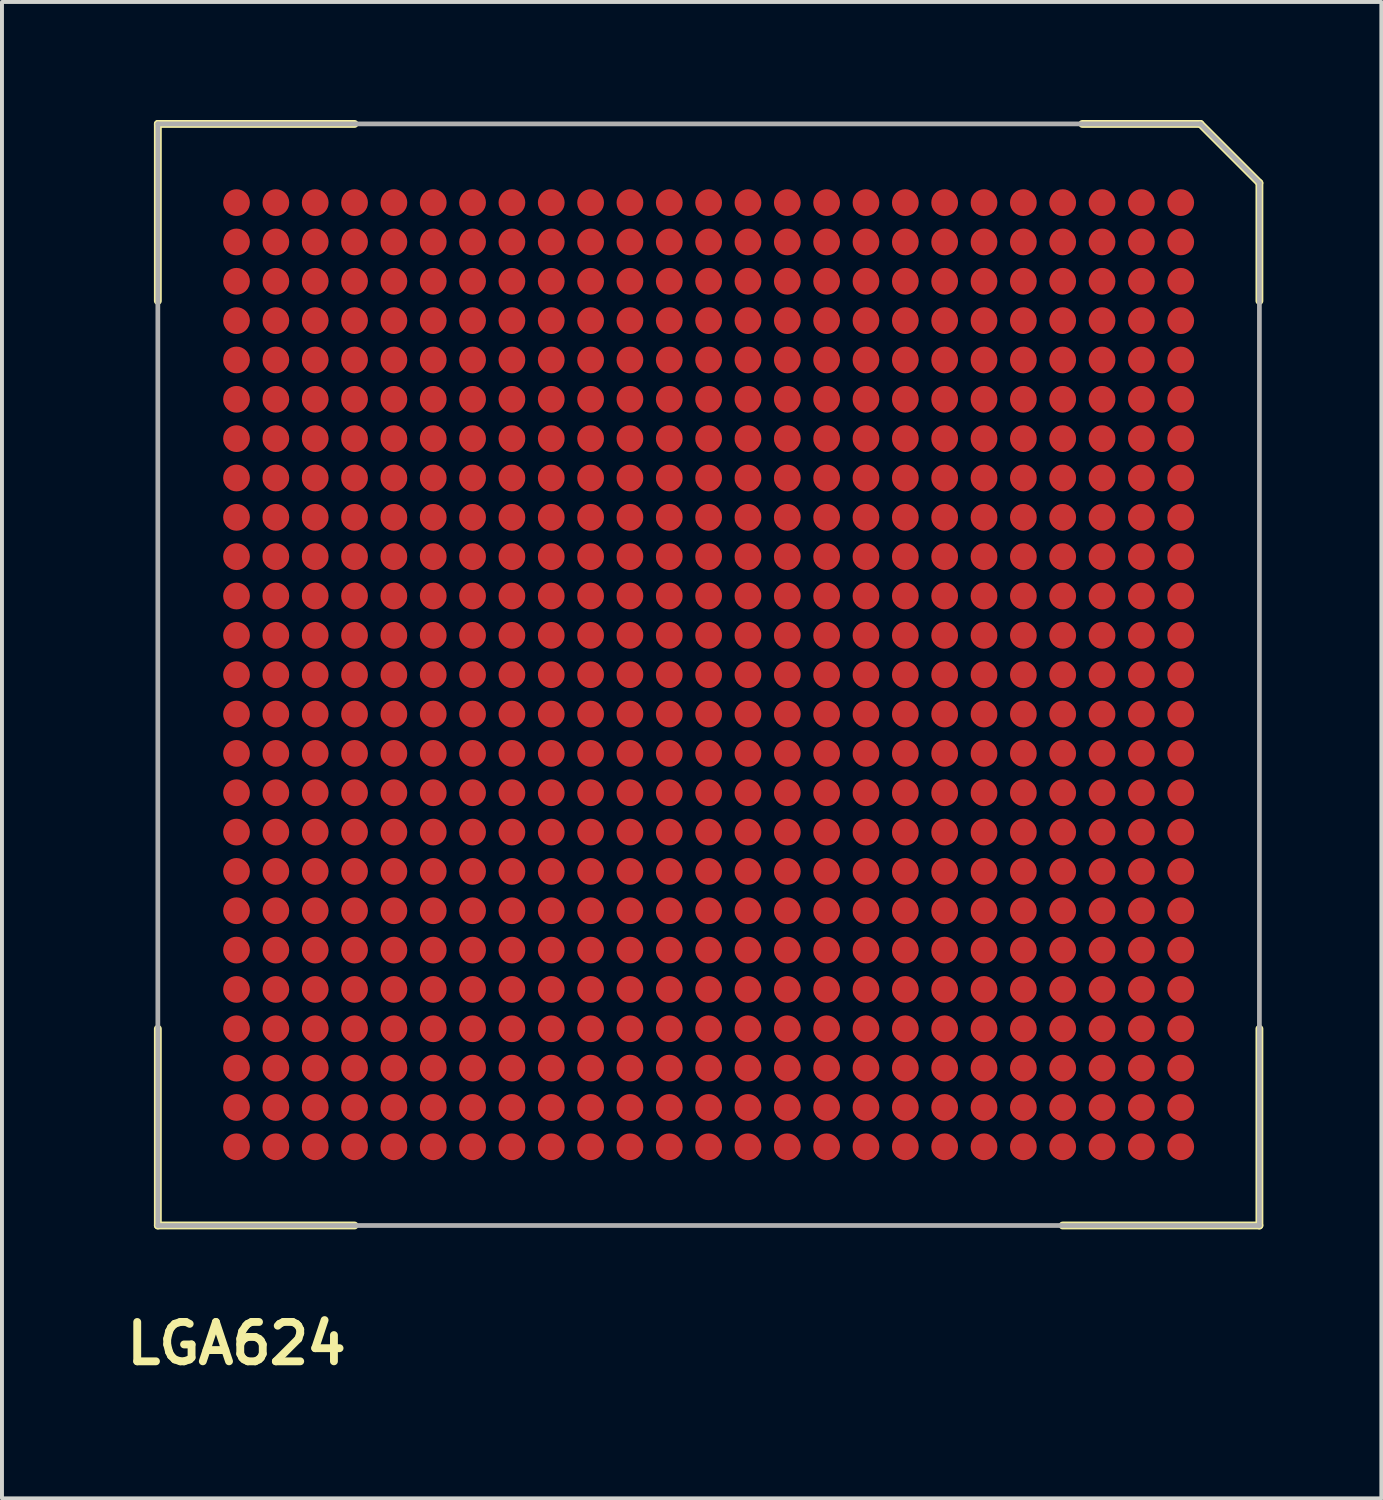
<source format=kicad_pcb>
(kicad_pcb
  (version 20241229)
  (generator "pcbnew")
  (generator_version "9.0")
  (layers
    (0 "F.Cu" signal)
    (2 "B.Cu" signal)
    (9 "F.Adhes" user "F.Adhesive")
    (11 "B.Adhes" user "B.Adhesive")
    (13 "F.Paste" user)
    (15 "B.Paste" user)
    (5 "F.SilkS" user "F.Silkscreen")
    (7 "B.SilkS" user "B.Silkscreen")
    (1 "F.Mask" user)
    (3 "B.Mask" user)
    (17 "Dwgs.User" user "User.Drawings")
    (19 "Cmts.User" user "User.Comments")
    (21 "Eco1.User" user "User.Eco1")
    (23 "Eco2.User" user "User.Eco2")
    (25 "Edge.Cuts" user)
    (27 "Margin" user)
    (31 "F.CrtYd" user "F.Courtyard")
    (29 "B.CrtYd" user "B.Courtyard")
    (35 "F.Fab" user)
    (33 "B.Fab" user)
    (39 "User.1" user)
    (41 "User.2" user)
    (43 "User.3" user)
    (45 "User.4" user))
  (footprint "LGA624"
    (layer "F.Cu")
    (at 2.962 26.1)
    (property "Reference" "LGA624" (at 0 5 0) (layer "F.SilkS") (effects (font (size 1 1) (thickness 0.2))))
    (attr through_hole)
    (fp_line (start -2 -26) (end -2 -21.5) (stroke (width 0.2) (type solid)) (layer "F.SilkS"))
    (fp_line (start -2 -26) (end 3 -26) (stroke (width 0.2) (type solid)) (layer "F.SilkS"))
    (fp_line (start -2 2) (end -2 -3) (stroke (width 0.2) (type solid)) (layer "F.SilkS"))
    (fp_line (start -2 2) (end 3 2) (stroke (width 0.2) (type solid)) (layer "F.SilkS"))
    (fp_line (start 24.5 -26) (end 21.5 -26) (stroke (width 0.2) (type solid)) (layer "F.SilkS"))
    (fp_line (start 24.5 -26) (end 26 -24.5) (stroke (width 0.2) (type solid)) (layer "F.SilkS"))
    (fp_line (start 26 -24.5) (end 26 -21.5) (stroke (width 0.2) (type solid)) (layer "F.SilkS"))
    (fp_line (start 26 2) (end 21 2) (stroke (width 0.2) (type solid)) (layer "F.SilkS"))
    (fp_line (start 26 2) (end 26 -3) (stroke (width 0.2) (type solid)) (layer "F.SilkS"))
    (fp_line (start -2 -26) (end 24.5 -26) (stroke (width 0.12) (type solid)) (layer "F.Fab"))
    (fp_line (start -2 2) (end -2 -26) (stroke (width 0.12) (type solid)) (layer "F.Fab"))
    (fp_line (start 24.5 -26) (end 26 -24.5) (stroke (width 0.12) (type solid)) (layer "F.Fab"))
    (fp_line (start 26 -24.5) (end 26 2) (stroke (width 0.12) (type solid)) (layer "F.Fab"))
    (fp_line (start 26 2) (end -2 2) (stroke (width 0.12) (type solid)) (layer "F.Fab"))
    (pad "A1" smd circle (at 24 -24) (size 0.68 0.68) (layers "F.Cu" "F.Mask" "F.Paste"))
    (pad "A2" smd circle (at 23 -24) (size 0.68 0.68) (layers "F.Cu" "F.Mask" "F.Paste"))
    (pad "A3" smd circle (at 22 -24) (size 0.68 0.68) (layers "F.Cu" "F.Mask" "F.Paste"))
    (pad "A4" smd circle (at 21 -24) (size 0.68 0.68) (layers "F.Cu" "F.Mask" "F.Paste"))
    (pad "A5" smd circle (at 20 -24) (size 0.68 0.68) (layers "F.Cu" "F.Mask" "F.Paste"))
    (pad "A6" smd circle (at 19 -24) (size 0.68 0.68) (layers "F.Cu" "F.Mask" "F.Paste"))
    (pad "A7" smd circle (at 18 -24) (size 0.68 0.68) (layers "F.Cu" "F.Mask" "F.Paste"))
    (pad "A8" smd circle (at 17 -24) (size 0.68 0.68) (layers "F.Cu" "F.Mask" "F.Paste"))
    (pad "A9" smd circle (at 16 -24) (size 0.68 0.68) (layers "F.Cu" "F.Mask" "F.Paste"))
    (pad "A10" smd circle (at 15 -24) (size 0.68 0.68) (layers "F.Cu" "F.Mask" "F.Paste"))
    (pad "A11" smd circle (at 14 -24) (size 0.68 0.68) (layers "F.Cu" "F.Mask" "F.Paste"))
    (pad "A12" smd circle (at 13 -24) (size 0.68 0.68) (layers "F.Cu" "F.Mask" "F.Paste"))
    (pad "A13" smd circle (at 12 -24) (size 0.68 0.68) (layers "F.Cu" "F.Mask" "F.Paste"))
    (pad "A14" smd circle (at 11 -24) (size 0.68 0.68) (layers "F.Cu" "F.Mask" "F.Paste"))
    (pad "A15" smd circle (at 10 -24) (size 0.68 0.68) (layers "F.Cu" "F.Mask" "F.Paste"))
    (pad "A16" smd circle (at 9 -24) (size 0.68 0.68) (layers "F.Cu" "F.Mask" "F.Paste"))
    (pad "A17" smd circle (at 8 -24) (size 0.68 0.68) (layers "F.Cu" "F.Mask" "F.Paste"))
    (pad "A18" smd circle (at 7 -24) (size 0.68 0.68) (layers "F.Cu" "F.Mask" "F.Paste"))
    (pad "A19" smd circle (at 6 -24) (size 0.68 0.68) (layers "F.Cu" "F.Mask" "F.Paste"))
    (pad "A20" smd circle (at 5 -24) (size 0.68 0.68) (layers "F.Cu" "F.Mask" "F.Paste"))
    (pad "A21" smd circle (at 4 -24) (size 0.68 0.68) (layers "F.Cu" "F.Mask" "F.Paste"))
    (pad "A22" smd circle (at 3 -24) (size 0.68 0.68) (layers "F.Cu" "F.Mask" "F.Paste"))
    (pad "A23" smd circle (at 2 -24) (size 0.68 0.68) (layers "F.Cu" "F.Mask" "F.Paste"))
    (pad "A24" smd circle (at 1 -24) (size 0.68 0.68) (layers "F.Cu" "F.Mask" "F.Paste"))
    (pad "A25" smd circle (at 0 -24) (size 0.68 0.68) (layers "F.Cu" "F.Mask" "F.Paste"))
    (pad "AA1" smd circle (at 24 -4) (size 0.68 0.68) (layers "F.Cu" "F.Mask" "F.Paste"))
    (pad "AA2" smd circle (at 23 -4) (size 0.68 0.68) (layers "F.Cu" "F.Mask" "F.Paste"))
    (pad "AA3" smd circle (at 22 -4) (size 0.68 0.68) (layers "F.Cu" "F.Mask" "F.Paste"))
    (pad "AA4" smd circle (at 21 -4) (size 0.68 0.68) (layers "F.Cu" "F.Mask" "F.Paste"))
    (pad "AA5" smd circle (at 20 -4) (size 0.68 0.68) (layers "F.Cu" "F.Mask" "F.Paste"))
    (pad "AA6" smd circle (at 19 -4) (size 0.68 0.68) (layers "F.Cu" "F.Mask" "F.Paste"))
    (pad "AA7" smd circle (at 18 -4) (size 0.68 0.68) (layers "F.Cu" "F.Mask" "F.Paste"))
    (pad "AA8" smd circle (at 17 -4) (size 0.68 0.68) (layers "F.Cu" "F.Mask" "F.Paste"))
    (pad "AA9" smd circle (at 16 -4) (size 0.68 0.68) (layers "F.Cu" "F.Mask" "F.Paste"))
    (pad "AA10" smd circle (at 15 -4) (size 0.68 0.68) (layers "F.Cu" "F.Mask" "F.Paste"))
    (pad "AA11" smd circle (at 14 -4) (size 0.68 0.68) (layers "F.Cu" "F.Mask" "F.Paste"))
    (pad "AA12" smd circle (at 13 -4) (size 0.68 0.68) (layers "F.Cu" "F.Mask" "F.Paste"))
    (pad "AA13" smd circle (at 12 -4) (size 0.68 0.68) (layers "F.Cu" "F.Mask" "F.Paste"))
    (pad "AA14" smd circle (at 11 -4) (size 0.68 0.68) (layers "F.Cu" "F.Mask" "F.Paste"))
    (pad "AA15" smd circle (at 10 -4) (size 0.68 0.68) (layers "F.Cu" "F.Mask" "F.Paste"))
    (pad "AA16" smd circle (at 9 -4) (size 0.68 0.68) (layers "F.Cu" "F.Mask" "F.Paste"))
    (pad "AA17" smd circle (at 8 -4) (size 0.68 0.68) (layers "F.Cu" "F.Mask" "F.Paste"))
    (pad "AA18" smd circle (at 7 -4) (size 0.68 0.68) (layers "F.Cu" "F.Mask" "F.Paste"))
    (pad "AA19" smd circle (at 6 -4) (size 0.68 0.68) (layers "F.Cu" "F.Mask" "F.Paste"))
    (pad "AA20" smd circle (at 5 -4) (size 0.68 0.68) (layers "F.Cu" "F.Mask" "F.Paste"))
    (pad "AA21" smd circle (at 4 -4) (size 0.68 0.68) (layers "F.Cu" "F.Mask" "F.Paste"))
    (pad "AA22" smd circle (at 3 -4) (size 0.68 0.68) (layers "F.Cu" "F.Mask" "F.Paste"))
    (pad "AA23" smd circle (at 2 -4) (size 0.68 0.68) (layers "F.Cu" "F.Mask" "F.Paste"))
    (pad "AA24" smd circle (at 1 -4) (size 0.68 0.68) (layers "F.Cu" "F.Mask" "F.Paste"))
    (pad "AA25" smd circle (at 0 -4) (size 0.68 0.68) (layers "F.Cu" "F.Mask" "F.Paste"))
    (pad "AB1" smd circle (at 24 -3) (size 0.68 0.68) (layers "F.Cu" "F.Mask" "F.Paste"))
    (pad "AB2" smd circle (at 23 -3) (size 0.68 0.68) (layers "F.Cu" "F.Mask" "F.Paste"))
    (pad "AB3" smd circle (at 22 -3) (size 0.68 0.68) (layers "F.Cu" "F.Mask" "F.Paste"))
    (pad "AB4" smd circle (at 21 -3) (size 0.68 0.68) (layers "F.Cu" "F.Mask" "F.Paste"))
    (pad "AB5" smd circle (at 20 -3) (size 0.68 0.68) (layers "F.Cu" "F.Mask" "F.Paste"))
    (pad "AB6" smd circle (at 19 -3) (size 0.68 0.68) (layers "F.Cu" "F.Mask" "F.Paste"))
    (pad "AB7" smd circle (at 18 -3) (size 0.68 0.68) (layers "F.Cu" "F.Mask" "F.Paste"))
    (pad "AB8" smd circle (at 17 -3) (size 0.68 0.68) (layers "F.Cu" "F.Mask" "F.Paste"))
    (pad "AB9" smd circle (at 16 -3) (size 0.68 0.68) (layers "F.Cu" "F.Mask" "F.Paste"))
    (pad "AB10" smd circle (at 15 -3) (size 0.68 0.68) (layers "F.Cu" "F.Mask" "F.Paste"))
    (pad "AB11" smd circle (at 14 -3) (size 0.68 0.68) (layers "F.Cu" "F.Mask" "F.Paste"))
    (pad "AB12" smd circle (at 13 -3) (size 0.68 0.68) (layers "F.Cu" "F.Mask" "F.Paste"))
    (pad "AB13" smd circle (at 12 -3) (size 0.68 0.68) (layers "F.Cu" "F.Mask" "F.Paste"))
    (pad "AB14" smd circle (at 11 -3) (size 0.68 0.68) (layers "F.Cu" "F.Mask" "F.Paste"))
    (pad "AB15" smd circle (at 10 -3) (size 0.68 0.68) (layers "F.Cu" "F.Mask" "F.Paste"))
    (pad "AB16" smd circle (at 9 -3) (size 0.68 0.68) (layers "F.Cu" "F.Mask" "F.Paste"))
    (pad "AB17" smd circle (at 8 -3) (size 0.68 0.68) (layers "F.Cu" "F.Mask" "F.Paste"))
    (pad "AB18" smd circle (at 7 -3) (size 0.68 0.68) (layers "F.Cu" "F.Mask" "F.Paste"))
    (pad "AB19" smd circle (at 6 -3) (size 0.68 0.68) (layers "F.Cu" "F.Mask" "F.Paste"))
    (pad "AB20" smd circle (at 5 -3) (size 0.68 0.68) (layers "F.Cu" "F.Mask" "F.Paste"))
    (pad "AB21" smd circle (at 4 -3) (size 0.68 0.68) (layers "F.Cu" "F.Mask" "F.Paste"))
    (pad "AB22" smd circle (at 3 -3) (size 0.68 0.68) (layers "F.Cu" "F.Mask" "F.Paste"))
    (pad "AB23" smd circle (at 2 -3) (size 0.68 0.68) (layers "F.Cu" "F.Mask" "F.Paste"))
    (pad "AB24" smd circle (at 1 -3) (size 0.68 0.68) (layers "F.Cu" "F.Mask" "F.Paste"))
    (pad "AB25" smd circle (at 0 -3) (size 0.68 0.68) (layers "F.Cu" "F.Mask" "F.Paste"))
    (pad "AC1" smd circle (at 24 -2) (size 0.68 0.68) (layers "F.Cu" "F.Mask" "F.Paste"))
    (pad "AC2" smd circle (at 23 -2) (size 0.68 0.68) (layers "F.Cu" "F.Mask" "F.Paste"))
    (pad "AC3" smd circle (at 22 -2) (size 0.68 0.68) (layers "F.Cu" "F.Mask" "F.Paste"))
    (pad "AC4" smd circle (at 21 -2) (size 0.68 0.68) (layers "F.Cu" "F.Mask" "F.Paste"))
    (pad "AC5" smd circle (at 20 -2) (size 0.68 0.68) (layers "F.Cu" "F.Mask" "F.Paste"))
    (pad "AC6" smd circle (at 19 -2) (size 0.68 0.68) (layers "F.Cu" "F.Mask" "F.Paste"))
    (pad "AC7" smd circle (at 18 -2) (size 0.68 0.68) (layers "F.Cu" "F.Mask" "F.Paste"))
    (pad "AC8" smd circle (at 17 -2) (size 0.68 0.68) (layers "F.Cu" "F.Mask" "F.Paste"))
    (pad "AC9" smd circle (at 16 -2) (size 0.68 0.68) (layers "F.Cu" "F.Mask" "F.Paste"))
    (pad "AC10" smd circle (at 15 -2) (size 0.68 0.68) (layers "F.Cu" "F.Mask" "F.Paste"))
    (pad "AC11" smd circle (at 14 -2) (size 0.68 0.68) (layers "F.Cu" "F.Mask" "F.Paste"))
    (pad "AC12" smd circle (at 13 -2) (size 0.68 0.68) (layers "F.Cu" "F.Mask" "F.Paste"))
    (pad "AC13" smd circle (at 12 -2) (size 0.68 0.68) (layers "F.Cu" "F.Mask" "F.Paste"))
    (pad "AC14" smd circle (at 11 -2) (size 0.68 0.68) (layers "F.Cu" "F.Mask" "F.Paste"))
    (pad "AC15" smd circle (at 10 -2) (size 0.68 0.68) (layers "F.Cu" "F.Mask" "F.Paste"))
    (pad "AC16" smd circle (at 9 -2) (size 0.68 0.68) (layers "F.Cu" "F.Mask" "F.Paste"))
    (pad "AC17" smd circle (at 8 -2) (size 0.68 0.68) (layers "F.Cu" "F.Mask" "F.Paste"))
    (pad "AC18" smd circle (at 7 -2) (size 0.68 0.68) (layers "F.Cu" "F.Mask" "F.Paste"))
    (pad "AC19" smd circle (at 6 -2) (size 0.68 0.68) (layers "F.Cu" "F.Mask" "F.Paste"))
    (pad "AC20" smd circle (at 5 -2) (size 0.68 0.68) (layers "F.Cu" "F.Mask" "F.Paste"))
    (pad "AC21" smd circle (at 4 -2) (size 0.68 0.68) (layers "F.Cu" "F.Mask" "F.Paste"))
    (pad "AC22" smd circle (at 3 -2) (size 0.68 0.68) (layers "F.Cu" "F.Mask" "F.Paste"))
    (pad "AC23" smd circle (at 2 -2) (size 0.68 0.68) (layers "F.Cu" "F.Mask" "F.Paste"))
    (pad "AC24" smd circle (at 1 -2) (size 0.68 0.68) (layers "F.Cu" "F.Mask" "F.Paste"))
    (pad "AC25" smd circle (at 0 -2) (size 0.68 0.68) (layers "F.Cu" "F.Mask" "F.Paste"))
    (pad "AD1" smd circle (at 24 -1) (size 0.68 0.68) (layers "F.Cu" "F.Mask" "F.Paste"))
    (pad "AD2" smd circle (at 23 -1) (size 0.68 0.68) (layers "F.Cu" "F.Mask" "F.Paste"))
    (pad "AD3" smd circle (at 22 -1) (size 0.68 0.68) (layers "F.Cu" "F.Mask" "F.Paste"))
    (pad "AD4" smd circle (at 21 -1) (size 0.68 0.68) (layers "F.Cu" "F.Mask" "F.Paste"))
    (pad "AD5" smd circle (at 20 -1) (size 0.68 0.68) (layers "F.Cu" "F.Mask" "F.Paste"))
    (pad "AD6" smd circle (at 19 -1) (size 0.68 0.68) (layers "F.Cu" "F.Mask" "F.Paste"))
    (pad "AD7" smd circle (at 18 -1) (size 0.68 0.68) (layers "F.Cu" "F.Mask" "F.Paste"))
    (pad "AD8" smd circle (at 17 -1) (size 0.68 0.68) (layers "F.Cu" "F.Mask" "F.Paste"))
    (pad "AD9" smd circle (at 16 -1) (size 0.68 0.68) (layers "F.Cu" "F.Mask" "F.Paste"))
    (pad "AD10" smd circle (at 15 -1) (size 0.68 0.68) (layers "F.Cu" "F.Mask" "F.Paste"))
    (pad "AD11" smd circle (at 14 -1) (size 0.68 0.68) (layers "F.Cu" "F.Mask" "F.Paste"))
    (pad "AD12" smd circle (at 13 -1) (size 0.68 0.68) (layers "F.Cu" "F.Mask" "F.Paste"))
    (pad "AD13" smd circle (at 12 -1) (size 0.68 0.68) (layers "F.Cu" "F.Mask" "F.Paste"))
    (pad "AD14" smd circle (at 11 -1) (size 0.68 0.68) (layers "F.Cu" "F.Mask" "F.Paste"))
    (pad "AD15" smd circle (at 10 -1) (size 0.68 0.68) (layers "F.Cu" "F.Mask" "F.Paste"))
    (pad "AD16" smd circle (at 9 -1) (size 0.68 0.68) (layers "F.Cu" "F.Mask" "F.Paste"))
    (pad "AD17" smd circle (at 8 -1) (size 0.68 0.68) (layers "F.Cu" "F.Mask" "F.Paste"))
    (pad "AD18" smd circle (at 7 -1) (size 0.68 0.68) (layers "F.Cu" "F.Mask" "F.Paste"))
    (pad "AD19" smd circle (at 6 -1) (size 0.68 0.68) (layers "F.Cu" "F.Mask" "F.Paste"))
    (pad "AD20" smd circle (at 5 -1) (size 0.68 0.68) (layers "F.Cu" "F.Mask" "F.Paste"))
    (pad "AD21" smd circle (at 4 -1) (size 0.68 0.68) (layers "F.Cu" "F.Mask" "F.Paste"))
    (pad "AD22" smd circle (at 3 -1) (size 0.68 0.68) (layers "F.Cu" "F.Mask" "F.Paste"))
    (pad "AD23" smd circle (at 2 -1) (size 0.68 0.68) (layers "F.Cu" "F.Mask" "F.Paste"))
    (pad "AD24" smd circle (at 1 -1) (size 0.68 0.68) (layers "F.Cu" "F.Mask" "F.Paste"))
    (pad "AD25" smd circle (at 0 -1) (size 0.68 0.68) (layers "F.Cu" "F.Mask" "F.Paste"))
    (pad "AE1" smd circle (at 24 0) (size 0.68 0.68) (layers "F.Cu" "F.Mask" "F.Paste"))
    (pad "AE2" smd circle (at 23 0) (size 0.68 0.68) (layers "F.Cu" "F.Mask" "F.Paste"))
    (pad "AE3" smd circle (at 22 0) (size 0.68 0.68) (layers "F.Cu" "F.Mask" "F.Paste"))
    (pad "AE4" smd circle (at 21 0) (size 0.68 0.68) (layers "F.Cu" "F.Mask" "F.Paste"))
    (pad "AE5" smd circle (at 20 0) (size 0.68 0.68) (layers "F.Cu" "F.Mask" "F.Paste"))
    (pad "AE6" smd circle (at 19 0) (size 0.68 0.68) (layers "F.Cu" "F.Mask" "F.Paste"))
    (pad "AE7" smd circle (at 18 0) (size 0.68 0.68) (layers "F.Cu" "F.Mask" "F.Paste"))
    (pad "AE8" smd circle (at 17 0) (size 0.68 0.68) (layers "F.Cu" "F.Mask" "F.Paste"))
    (pad "AE9" smd circle (at 16 0) (size 0.68 0.68) (layers "F.Cu" "F.Mask" "F.Paste"))
    (pad "AE10" smd circle (at 15 0) (size 0.68 0.68) (layers "F.Cu" "F.Mask" "F.Paste"))
    (pad "AE11" smd circle (at 14 0) (size 0.68 0.68) (layers "F.Cu" "F.Mask" "F.Paste"))
    (pad "AE12" smd circle (at 13 0) (size 0.68 0.68) (layers "F.Cu" "F.Mask" "F.Paste"))
    (pad "AE13" smd circle (at 12 0) (size 0.68 0.68) (layers "F.Cu" "F.Mask" "F.Paste"))
    (pad "AE14" smd circle (at 11 0) (size 0.68 0.68) (layers "F.Cu" "F.Mask" "F.Paste"))
    (pad "AE15" smd circle (at 10 0) (size 0.68 0.68) (layers "F.Cu" "F.Mask" "F.Paste"))
    (pad "AE16" smd circle (at 9 0) (size 0.68 0.68) (layers "F.Cu" "F.Mask" "F.Paste"))
    (pad "AE17" smd circle (at 8 0) (size 0.68 0.68) (layers "F.Cu" "F.Mask" "F.Paste"))
    (pad "AE18" smd circle (at 7 0) (size 0.68 0.68) (layers "F.Cu" "F.Mask" "F.Paste"))
    (pad "AE19" smd circle (at 6 0) (size 0.68 0.68) (layers "F.Cu" "F.Mask" "F.Paste"))
    (pad "AE20" smd circle (at 5 0) (size 0.68 0.68) (layers "F.Cu" "F.Mask" "F.Paste"))
    (pad "AE21" smd circle (at 4 0) (size 0.68 0.68) (layers "F.Cu" "F.Mask" "F.Paste"))
    (pad "AE22" smd circle (at 3 0) (size 0.68 0.68) (layers "F.Cu" "F.Mask" "F.Paste"))
    (pad "AE23" smd circle (at 2 0) (size 0.68 0.68) (layers "F.Cu" "F.Mask" "F.Paste"))
    (pad "AE24" smd circle (at 1 0) (size 0.68 0.68) (layers "F.Cu" "F.Mask" "F.Paste"))
    (pad "AE25" smd circle (at 0 0) (size 0.68 0.68) (layers "F.Cu" "F.Mask" "F.Paste"))
    (pad "B1" smd circle (at 24 -23) (size 0.68 0.68) (layers "F.Cu" "F.Mask" "F.Paste"))
    (pad "B2" smd circle (at 23 -23) (size 0.68 0.68) (layers "F.Cu" "F.Mask" "F.Paste"))
    (pad "B3" smd circle (at 22 -23) (size 0.68 0.68) (layers "F.Cu" "F.Mask" "F.Paste"))
    (pad "B4" smd circle (at 21 -23) (size 0.68 0.68) (layers "F.Cu" "F.Mask" "F.Paste"))
    (pad "B5" smd circle (at 20 -23) (size 0.68 0.68) (layers "F.Cu" "F.Mask" "F.Paste"))
    (pad "B6" smd circle (at 19 -23) (size 0.68 0.68) (layers "F.Cu" "F.Mask" "F.Paste"))
    (pad "B7" smd circle (at 18 -23) (size 0.68 0.68) (layers "F.Cu" "F.Mask" "F.Paste"))
    (pad "B8" smd circle (at 17 -23) (size 0.68 0.68) (layers "F.Cu" "F.Mask" "F.Paste"))
    (pad "B9" smd circle (at 16 -23) (size 0.68 0.68) (layers "F.Cu" "F.Mask" "F.Paste"))
    (pad "B10" smd circle (at 15 -23) (size 0.68 0.68) (layers "F.Cu" "F.Mask" "F.Paste"))
    (pad "B11" smd circle (at 14 -23) (size 0.68 0.68) (layers "F.Cu" "F.Mask" "F.Paste"))
    (pad "B12" smd circle (at 13 -23) (size 0.68 0.68) (layers "F.Cu" "F.Mask" "F.Paste"))
    (pad "B13" smd circle (at 12 -23) (size 0.68 0.68) (layers "F.Cu" "F.Mask" "F.Paste"))
    (pad "B14" smd circle (at 11 -23) (size 0.68 0.68) (layers "F.Cu" "F.Mask" "F.Paste"))
    (pad "B15" smd circle (at 10 -23) (size 0.68 0.68) (layers "F.Cu" "F.Mask" "F.Paste"))
    (pad "B16" smd circle (at 9 -23) (size 0.68 0.68) (layers "F.Cu" "F.Mask" "F.Paste"))
    (pad "B17" smd circle (at 8 -23) (size 0.68 0.68) (layers "F.Cu" "F.Mask" "F.Paste"))
    (pad "B18" smd circle (at 7 -23) (size 0.68 0.68) (layers "F.Cu" "F.Mask" "F.Paste"))
    (pad "B19" smd circle (at 6 -23) (size 0.68 0.68) (layers "F.Cu" "F.Mask" "F.Paste"))
    (pad "B20" smd circle (at 5 -23) (size 0.68 0.68) (layers "F.Cu" "F.Mask" "F.Paste"))
    (pad "B21" smd circle (at 4 -23) (size 0.68 0.68) (layers "F.Cu" "F.Mask" "F.Paste"))
    (pad "B22" smd circle (at 3 -23) (size 0.68 0.68) (layers "F.Cu" "F.Mask" "F.Paste"))
    (pad "B23" smd circle (at 2 -23) (size 0.68 0.68) (layers "F.Cu" "F.Mask" "F.Paste"))
    (pad "B24" smd circle (at 1 -23) (size 0.68 0.68) (layers "F.Cu" "F.Mask" "F.Paste"))
    (pad "B25" smd circle (at 0 -23) (size 0.68 0.68) (layers "F.Cu" "F.Mask" "F.Paste"))
    (pad "C1" smd circle (at 24 -22) (size 0.68 0.68) (layers "F.Cu" "F.Mask" "F.Paste"))
    (pad "C2" smd circle (at 23 -22) (size 0.68 0.68) (layers "F.Cu" "F.Mask" "F.Paste"))
    (pad "C3" smd circle (at 22 -22) (size 0.68 0.68) (layers "F.Cu" "F.Mask" "F.Paste"))
    (pad "C4" smd circle (at 21 -22) (size 0.68 0.68) (layers "F.Cu" "F.Mask" "F.Paste"))
    (pad "C5" smd circle (at 20 -22) (size 0.68 0.68) (layers "F.Cu" "F.Mask" "F.Paste"))
    (pad "C6" smd circle (at 19 -22) (size 0.68 0.68) (layers "F.Cu" "F.Mask" "F.Paste"))
    (pad "C7" smd circle (at 18 -22) (size 0.68 0.68) (layers "F.Cu" "F.Mask" "F.Paste"))
    (pad "C8" smd circle (at 17 -22) (size 0.68 0.68) (layers "F.Cu" "F.Mask" "F.Paste"))
    (pad "C9" smd circle (at 16 -22) (size 0.68 0.68) (layers "F.Cu" "F.Mask" "F.Paste"))
    (pad "C10" smd circle (at 15 -22) (size 0.68 0.68) (layers "F.Cu" "F.Mask" "F.Paste"))
    (pad "C11" smd circle (at 14 -22) (size 0.68 0.68) (layers "F.Cu" "F.Mask" "F.Paste"))
    (pad "C12" smd circle (at 13 -22) (size 0.68 0.68) (layers "F.Cu" "F.Mask" "F.Paste"))
    (pad "C13" smd circle (at 12 -22) (size 0.68 0.68) (layers "F.Cu" "F.Mask" "F.Paste"))
    (pad "C14" smd circle (at 11 -22) (size 0.68 0.68) (layers "F.Cu" "F.Mask" "F.Paste"))
    (pad "C15" smd circle (at 10 -22) (size 0.68 0.68) (layers "F.Cu" "F.Mask" "F.Paste"))
    (pad "C16" smd circle (at 9 -22) (size 0.68 0.68) (layers "F.Cu" "F.Mask" "F.Paste"))
    (pad "C17" smd circle (at 8 -22) (size 0.68 0.68) (layers "F.Cu" "F.Mask" "F.Paste"))
    (pad "C18" smd circle (at 7 -22) (size 0.68 0.68) (layers "F.Cu" "F.Mask" "F.Paste"))
    (pad "C19" smd circle (at 6 -22) (size 0.68 0.68) (layers "F.Cu" "F.Mask" "F.Paste"))
    (pad "C20" smd circle (at 5 -22) (size 0.68 0.68) (layers "F.Cu" "F.Mask" "F.Paste"))
    (pad "C21" smd circle (at 4 -22) (size 0.68 0.68) (layers "F.Cu" "F.Mask" "F.Paste"))
    (pad "C22" smd circle (at 3 -22) (size 0.68 0.68) (layers "F.Cu" "F.Mask" "F.Paste"))
    (pad "C23" smd circle (at 2 -22) (size 0.68 0.68) (layers "F.Cu" "F.Mask" "F.Paste"))
    (pad "C24" smd circle (at 1 -22) (size 0.68 0.68) (layers "F.Cu" "F.Mask" "F.Paste"))
    (pad "C25" smd circle (at 0 -22) (size 0.68 0.68) (layers "F.Cu" "F.Mask" "F.Paste"))
    (pad "D1" smd circle (at 24 -21) (size 0.68 0.68) (layers "F.Cu" "F.Mask" "F.Paste"))
    (pad "D2" smd circle (at 23 -21) (size 0.68 0.68) (layers "F.Cu" "F.Mask" "F.Paste"))
    (pad "D3" smd circle (at 22 -21) (size 0.68 0.68) (layers "F.Cu" "F.Mask" "F.Paste"))
    (pad "D4" smd circle (at 21 -21) (size 0.68 0.68) (layers "F.Cu" "F.Mask" "F.Paste"))
    (pad "D5" smd circle (at 20 -21) (size 0.68 0.68) (layers "F.Cu" "F.Mask" "F.Paste"))
    (pad "D6" smd circle (at 19 -21) (size 0.68 0.68) (layers "F.Cu" "F.Mask" "F.Paste"))
    (pad "D7" smd circle (at 18 -21) (size 0.68 0.68) (layers "F.Cu" "F.Mask" "F.Paste"))
    (pad "D8" smd circle (at 17 -21) (size 0.68 0.68) (layers "F.Cu" "F.Mask" "F.Paste"))
    (pad "D9" smd circle (at 16 -21) (size 0.68 0.68) (layers "F.Cu" "F.Mask" "F.Paste"))
    (pad "D10" smd circle (at 15 -21) (size 0.68 0.68) (layers "F.Cu" "F.Mask" "F.Paste"))
    (pad "D11" smd circle (at 14 -21) (size 0.68 0.68) (layers "F.Cu" "F.Mask" "F.Paste"))
    (pad "D12" smd circle (at 13 -21) (size 0.68 0.68) (layers "F.Cu" "F.Mask" "F.Paste"))
    (pad "D13" smd circle (at 12 -21) (size 0.68 0.68) (layers "F.Cu" "F.Mask" "F.Paste"))
    (pad "D14" smd circle (at 11 -21) (size 0.68 0.68) (layers "F.Cu" "F.Mask" "F.Paste"))
    (pad "D15" smd circle (at 10 -21) (size 0.68 0.68) (layers "F.Cu" "F.Mask" "F.Paste"))
    (pad "D16" smd circle (at 9 -21) (size 0.68 0.68) (layers "F.Cu" "F.Mask" "F.Paste"))
    (pad "D17" smd circle (at 8 -21) (size 0.68 0.68) (layers "F.Cu" "F.Mask" "F.Paste"))
    (pad "D18" smd circle (at 7 -21) (size 0.68 0.68) (layers "F.Cu" "F.Mask" "F.Paste"))
    (pad "D19" smd circle (at 6 -21) (size 0.68 0.68) (layers "F.Cu" "F.Mask" "F.Paste"))
    (pad "D20" smd circle (at 5 -21) (size 0.68 0.68) (layers "F.Cu" "F.Mask" "F.Paste"))
    (pad "D21" smd circle (at 4 -21) (size 0.68 0.68) (layers "F.Cu" "F.Mask" "F.Paste"))
    (pad "D22" smd circle (at 3 -21) (size 0.68 0.68) (layers "F.Cu" "F.Mask" "F.Paste"))
    (pad "D23" smd circle (at 2 -21) (size 0.68 0.68) (layers "F.Cu" "F.Mask" "F.Paste"))
    (pad "D24" smd circle (at 1 -21) (size 0.68 0.68) (layers "F.Cu" "F.Mask" "F.Paste"))
    (pad "D25" smd circle (at 0 -21) (size 0.68 0.68) (layers "F.Cu" "F.Mask" "F.Paste"))
    (pad "E1" smd circle (at 24 -20) (size 0.68 0.68) (layers "F.Cu" "F.Mask" "F.Paste"))
    (pad "E2" smd circle (at 23 -20) (size 0.68 0.68) (layers "F.Cu" "F.Mask" "F.Paste"))
    (pad "E3" smd circle (at 22 -20) (size 0.68 0.68) (layers "F.Cu" "F.Mask" "F.Paste"))
    (pad "E4" smd circle (at 21 -20) (size 0.68 0.68) (layers "F.Cu" "F.Mask" "F.Paste"))
    (pad "E5" smd circle (at 20 -20) (size 0.68 0.68) (layers "F.Cu" "F.Mask" "F.Paste"))
    (pad "E6" smd circle (at 19 -20) (size 0.68 0.68) (layers "F.Cu" "F.Mask" "F.Paste"))
    (pad "E7" smd circle (at 18 -20) (size 0.68 0.68) (layers "F.Cu" "F.Mask" "F.Paste"))
    (pad "E8" smd circle (at 17 -20) (size 0.68 0.68) (layers "F.Cu" "F.Mask" "F.Paste"))
    (pad "E9" smd circle (at 16 -20) (size 0.68 0.68) (layers "F.Cu" "F.Mask" "F.Paste"))
    (pad "E10" smd circle (at 15 -20) (size 0.68 0.68) (layers "F.Cu" "F.Mask" "F.Paste"))
    (pad "E11" smd circle (at 14 -20) (size 0.68 0.68) (layers "F.Cu" "F.Mask" "F.Paste"))
    (pad "E12" smd circle (at 13 -20) (size 0.68 0.68) (layers "F.Cu" "F.Mask" "F.Paste"))
    (pad "E13" smd circle (at 12 -20) (size 0.68 0.68) (layers "F.Cu" "F.Mask" "F.Paste"))
    (pad "E14" smd circle (at 11 -20) (size 0.68 0.68) (layers "F.Cu" "F.Mask" "F.Paste"))
    (pad "E15" smd circle (at 10 -20) (size 0.68 0.68) (layers "F.Cu" "F.Mask" "F.Paste"))
    (pad "E16" smd circle (at 9 -20) (size 0.68 0.68) (layers "F.Cu" "F.Mask" "F.Paste"))
    (pad "E17" smd circle (at 8 -20) (size 0.68 0.68) (layers "F.Cu" "F.Mask" "F.Paste"))
    (pad "E18" smd circle (at 7 -20) (size 0.68 0.68) (layers "F.Cu" "F.Mask" "F.Paste"))
    (pad "E19" smd circle (at 6 -20) (size 0.68 0.68) (layers "F.Cu" "F.Mask" "F.Paste"))
    (pad "E20" smd circle (at 5 -20) (size 0.68 0.68) (layers "F.Cu" "F.Mask" "F.Paste"))
    (pad "E21" smd circle (at 4 -20) (size 0.68 0.68) (layers "F.Cu" "F.Mask" "F.Paste"))
    (pad "E22" smd circle (at 3 -20) (size 0.68 0.68) (layers "F.Cu" "F.Mask" "F.Paste"))
    (pad "E23" smd circle (at 2 -20) (size 0.68 0.68) (layers "F.Cu" "F.Mask" "F.Paste"))
    (pad "E24" smd circle (at 1 -20) (size 0.68 0.68) (layers "F.Cu" "F.Mask" "F.Paste"))
    (pad "E25" smd circle (at 0 -20) (size 0.68 0.68) (layers "F.Cu" "F.Mask" "F.Paste"))
    (pad "F1" smd circle (at 24 -19) (size 0.68 0.68) (layers "F.Cu" "F.Mask" "F.Paste"))
    (pad "F2" smd circle (at 23 -19) (size 0.68 0.68) (layers "F.Cu" "F.Mask" "F.Paste"))
    (pad "F3" smd circle (at 22 -19) (size 0.68 0.68) (layers "F.Cu" "F.Mask" "F.Paste"))
    (pad "F4" smd circle (at 21 -19) (size 0.68 0.68) (layers "F.Cu" "F.Mask" "F.Paste"))
    (pad "F5" smd circle (at 20 -19) (size 0.68 0.68) (layers "F.Cu" "F.Mask" "F.Paste"))
    (pad "F6" smd circle (at 19 -19) (size 0.68 0.68) (layers "F.Cu" "F.Mask" "F.Paste"))
    (pad "F7" smd circle (at 18 -19) (size 0.68 0.68) (layers "F.Cu" "F.Mask" "F.Paste"))
    (pad "F8" smd circle (at 17 -19) (size 0.68 0.68) (layers "F.Cu" "F.Mask" "F.Paste"))
    (pad "F9" smd circle (at 16 -19) (size 0.68 0.68) (layers "F.Cu" "F.Mask" "F.Paste"))
    (pad "F10" smd circle (at 15 -19) (size 0.68 0.68) (layers "F.Cu" "F.Mask" "F.Paste"))
    (pad "F11" smd circle (at 14 -19) (size 0.68 0.68) (layers "F.Cu" "F.Mask" "F.Paste"))
    (pad "F12" smd circle (at 13 -19) (size 0.68 0.68) (layers "F.Cu" "F.Mask" "F.Paste"))
    (pad "F13" smd circle (at 12 -19) (size 0.68 0.68) (layers "F.Cu" "F.Mask" "F.Paste"))
    (pad "F14" smd circle (at 11 -19) (size 0.68 0.68) (layers "F.Cu" "F.Mask" "F.Paste"))
    (pad "F15" smd circle (at 10 -19) (size 0.68 0.68) (layers "F.Cu" "F.Mask" "F.Paste"))
    (pad "F16" smd circle (at 9 -19) (size 0.68 0.68) (layers "F.Cu" "F.Mask" "F.Paste"))
    (pad "F17" smd circle (at 8 -19) (size 0.68 0.68) (layers "F.Cu" "F.Mask" "F.Paste"))
    (pad "F18" smd circle (at 7 -19) (size 0.68 0.68) (layers "F.Cu" "F.Mask" "F.Paste"))
    (pad "F19" smd circle (at 6 -19) (size 0.68 0.68) (layers "F.Cu" "F.Mask" "F.Paste"))
    (pad "F20" smd circle (at 5 -19) (size 0.68 0.68) (layers "F.Cu" "F.Mask" "F.Paste"))
    (pad "F21" smd circle (at 4 -19) (size 0.68 0.68) (layers "F.Cu" "F.Mask" "F.Paste"))
    (pad "F22" smd circle (at 3 -19) (size 0.68 0.68) (layers "F.Cu" "F.Mask" "F.Paste"))
    (pad "F23" smd circle (at 2 -19) (size 0.68 0.68) (layers "F.Cu" "F.Mask" "F.Paste"))
    (pad "F24" smd circle (at 1 -19) (size 0.68 0.68) (layers "F.Cu" "F.Mask" "F.Paste"))
    (pad "F25" smd circle (at 0 -19) (size 0.68 0.68) (layers "F.Cu" "F.Mask" "F.Paste"))
    (pad "G1" smd circle (at 24 -18) (size 0.68 0.68) (layers "F.Cu" "F.Mask" "F.Paste"))
    (pad "G2" smd circle (at 23 -18) (size 0.68 0.68) (layers "F.Cu" "F.Mask" "F.Paste"))
    (pad "G3" smd circle (at 22 -18) (size 0.68 0.68) (layers "F.Cu" "F.Mask" "F.Paste"))
    (pad "G4" smd circle (at 21 -18) (size 0.68 0.68) (layers "F.Cu" "F.Mask" "F.Paste"))
    (pad "G5" smd circle (at 20 -18) (size 0.68 0.68) (layers "F.Cu" "F.Mask" "F.Paste"))
    (pad "G6" smd circle (at 19 -18) (size 0.68 0.68) (layers "F.Cu" "F.Mask" "F.Paste"))
    (pad "G7" smd circle (at 18 -18) (size 0.68 0.68) (layers "F.Cu" "F.Mask" "F.Paste"))
    (pad "G8" smd circle (at 17 -18) (size 0.68 0.68) (layers "F.Cu" "F.Mask" "F.Paste"))
    (pad "G9" smd circle (at 16 -18) (size 0.68 0.68) (layers "F.Cu" "F.Mask" "F.Paste"))
    (pad "G10" smd circle (at 15 -18) (size 0.68 0.68) (layers "F.Cu" "F.Mask" "F.Paste"))
    (pad "G11" smd circle (at 14 -18) (size 0.68 0.68) (layers "F.Cu" "F.Mask" "F.Paste"))
    (pad "G12" smd circle (at 13 -18) (size 0.68 0.68) (layers "F.Cu" "F.Mask" "F.Paste"))
    (pad "G13" smd circle (at 12 -18) (size 0.68 0.68) (layers "F.Cu" "F.Mask" "F.Paste"))
    (pad "G14" smd circle (at 11 -18) (size 0.68 0.68) (layers "F.Cu" "F.Mask" "F.Paste"))
    (pad "G15" smd circle (at 10 -18) (size 0.68 0.68) (layers "F.Cu" "F.Mask" "F.Paste"))
    (pad "G16" smd circle (at 9 -18) (size 0.68 0.68) (layers "F.Cu" "F.Mask" "F.Paste"))
    (pad "G17" smd circle (at 8 -18) (size 0.68 0.68) (layers "F.Cu" "F.Mask" "F.Paste"))
    (pad "G18" smd circle (at 7 -18) (size 0.68 0.68) (layers "F.Cu" "F.Mask" "F.Paste"))
    (pad "G19" smd circle (at 6 -18) (size 0.68 0.68) (layers "F.Cu" "F.Mask" "F.Paste"))
    (pad "G20" smd circle (at 5 -18) (size 0.68 0.68) (layers "F.Cu" "F.Mask" "F.Paste"))
    (pad "G21" smd circle (at 4 -18) (size 0.68 0.68) (layers "F.Cu" "F.Mask" "F.Paste"))
    (pad "G22" smd circle (at 3 -18) (size 0.68 0.68) (layers "F.Cu" "F.Mask" "F.Paste"))
    (pad "G23" smd circle (at 2 -18) (size 0.68 0.68) (layers "F.Cu" "F.Mask" "F.Paste"))
    (pad "G24" smd circle (at 1 -18) (size 0.68 0.68) (layers "F.Cu" "F.Mask" "F.Paste"))
    (pad "G25" smd circle (at 0 -18) (size 0.68 0.68) (layers "F.Cu" "F.Mask" "F.Paste"))
    (pad "H1" smd circle (at 24 -17) (size 0.68 0.68) (layers "F.Cu" "F.Mask" "F.Paste"))
    (pad "H2" smd circle (at 23 -17) (size 0.68 0.68) (layers "F.Cu" "F.Mask" "F.Paste"))
    (pad "H3" smd circle (at 22 -17) (size 0.68 0.68) (layers "F.Cu" "F.Mask" "F.Paste"))
    (pad "H4" smd circle (at 21 -17) (size 0.68 0.68) (layers "F.Cu" "F.Mask" "F.Paste"))
    (pad "H5" smd circle (at 20 -17) (size 0.68 0.68) (layers "F.Cu" "F.Mask" "F.Paste"))
    (pad "H6" smd circle (at 19 -17) (size 0.68 0.68) (layers "F.Cu" "F.Mask" "F.Paste"))
    (pad "H7" smd circle (at 18 -17) (size 0.68 0.68) (layers "F.Cu" "F.Mask" "F.Paste"))
    (pad "H8" smd circle (at 17 -17) (size 0.68 0.68) (layers "F.Cu" "F.Mask" "F.Paste"))
    (pad "H9" smd circle (at 16 -17) (size 0.68 0.68) (layers "F.Cu" "F.Mask" "F.Paste"))
    (pad "H10" smd circle (at 15 -17) (size 0.68 0.68) (layers "F.Cu" "F.Mask" "F.Paste"))
    (pad "H11" smd circle (at 14 -17) (size 0.68 0.68) (layers "F.Cu" "F.Mask" "F.Paste"))
    (pad "H12" smd circle (at 13 -17) (size 0.68 0.68) (layers "F.Cu" "F.Mask" "F.Paste"))
    (pad "H13" smd circle (at 12 -17) (size 0.68 0.68) (layers "F.Cu" "F.Mask" "F.Paste"))
    (pad "H14" smd circle (at 11 -17) (size 0.68 0.68) (layers "F.Cu" "F.Mask" "F.Paste"))
    (pad "H15" smd circle (at 10 -17) (size 0.68 0.68) (layers "F.Cu" "F.Mask" "F.Paste"))
    (pad "H16" smd circle (at 9 -17) (size 0.68 0.68) (layers "F.Cu" "F.Mask" "F.Paste"))
    (pad "H17" smd circle (at 8 -17) (size 0.68 0.68) (layers "F.Cu" "F.Mask" "F.Paste"))
    (pad "H18" smd circle (at 7 -17) (size 0.68 0.68) (layers "F.Cu" "F.Mask" "F.Paste"))
    (pad "H19" smd circle (at 6 -17) (size 0.68 0.68) (layers "F.Cu" "F.Mask" "F.Paste"))
    (pad "H20" smd circle (at 5 -17) (size 0.68 0.68) (layers "F.Cu" "F.Mask" "F.Paste"))
    (pad "H21" smd circle (at 4 -17) (size 0.68 0.68) (layers "F.Cu" "F.Mask" "F.Paste"))
    (pad "H22" smd circle (at 3 -17) (size 0.68 0.68) (layers "F.Cu" "F.Mask" "F.Paste"))
    (pad "H23" smd circle (at 2 -17) (size 0.68 0.68) (layers "F.Cu" "F.Mask" "F.Paste"))
    (pad "H24" smd circle (at 1 -17) (size 0.68 0.68) (layers "F.Cu" "F.Mask" "F.Paste"))
    (pad "H25" smd circle (at 0 -17) (size 0.68 0.68) (layers "F.Cu" "F.Mask" "F.Paste"))
    (pad "J1" smd circle (at 24 -16) (size 0.68 0.68) (layers "F.Cu" "F.Mask" "F.Paste"))
    (pad "J2" smd circle (at 23 -16) (size 0.68 0.68) (layers "F.Cu" "F.Mask" "F.Paste"))
    (pad "J3" smd circle (at 22 -16) (size 0.68 0.68) (layers "F.Cu" "F.Mask" "F.Paste"))
    (pad "J4" smd circle (at 21 -16) (size 0.68 0.68) (layers "F.Cu" "F.Mask" "F.Paste"))
    (pad "J5" smd circle (at 20 -16) (size 0.68 0.68) (layers "F.Cu" "F.Mask" "F.Paste"))
    (pad "J6" smd circle (at 19 -16) (size 0.68 0.68) (layers "F.Cu" "F.Mask" "F.Paste"))
    (pad "J7" smd circle (at 18 -16) (size 0.68 0.68) (layers "F.Cu" "F.Mask" "F.Paste"))
    (pad "J8" smd circle (at 17 -16) (size 0.68 0.68) (layers "F.Cu" "F.Mask" "F.Paste"))
    (pad "J9" smd circle (at 16 -16) (size 0.68 0.68) (layers "F.Cu" "F.Mask" "F.Paste"))
    (pad "J10" smd circle (at 15 -16) (size 0.68 0.68) (layers "F.Cu" "F.Mask" "F.Paste"))
    (pad "J11" smd circle (at 14 -16) (size 0.68 0.68) (layers "F.Cu" "F.Mask" "F.Paste"))
    (pad "J12" smd circle (at 13 -16) (size 0.68 0.68) (layers "F.Cu" "F.Mask" "F.Paste"))
    (pad "J13" smd circle (at 12 -16) (size 0.68 0.68) (layers "F.Cu" "F.Mask" "F.Paste"))
    (pad "J14" smd circle (at 11 -16) (size 0.68 0.68) (layers "F.Cu" "F.Mask" "F.Paste"))
    (pad "J15" smd circle (at 10 -16) (size 0.68 0.68) (layers "F.Cu" "F.Mask" "F.Paste"))
    (pad "J16" smd circle (at 9 -16) (size 0.68 0.68) (layers "F.Cu" "F.Mask" "F.Paste"))
    (pad "J17" smd circle (at 8 -16) (size 0.68 0.68) (layers "F.Cu" "F.Mask" "F.Paste"))
    (pad "J18" smd circle (at 7 -16) (size 0.68 0.68) (layers "F.Cu" "F.Mask" "F.Paste"))
    (pad "J19" smd circle (at 6 -16) (size 0.68 0.68) (layers "F.Cu" "F.Mask" "F.Paste"))
    (pad "J20" smd circle (at 5 -16) (size 0.68 0.68) (layers "F.Cu" "F.Mask" "F.Paste"))
    (pad "J21" smd circle (at 4 -16) (size 0.68 0.68) (layers "F.Cu" "F.Mask" "F.Paste"))
    (pad "J22" smd circle (at 3 -16) (size 0.68 0.68) (layers "F.Cu" "F.Mask" "F.Paste"))
    (pad "J23" smd circle (at 2 -16) (size 0.68 0.68) (layers "F.Cu" "F.Mask" "F.Paste"))
    (pad "J24" smd circle (at 1 -16) (size 0.68 0.68) (layers "F.Cu" "F.Mask" "F.Paste"))
    (pad "J25" smd circle (at 0 -16) (size 0.68 0.68) (layers "F.Cu" "F.Mask" "F.Paste"))
    (pad "K1" smd circle (at 24 -15) (size 0.68 0.68) (layers "F.Cu" "F.Mask" "F.Paste"))
    (pad "K2" smd circle (at 23 -15) (size 0.68 0.68) (layers "F.Cu" "F.Mask" "F.Paste"))
    (pad "K3" smd circle (at 22 -15) (size 0.68 0.68) (layers "F.Cu" "F.Mask" "F.Paste"))
    (pad "K4" smd circle (at 21 -15) (size 0.68 0.68) (layers "F.Cu" "F.Mask" "F.Paste"))
    (pad "K5" smd circle (at 20 -15) (size 0.68 0.68) (layers "F.Cu" "F.Mask" "F.Paste"))
    (pad "K6" smd circle (at 19 -15) (size 0.68 0.68) (layers "F.Cu" "F.Mask" "F.Paste"))
    (pad "K7" smd circle (at 18 -15) (size 0.68 0.68) (layers "F.Cu" "F.Mask" "F.Paste"))
    (pad "K8" smd circle (at 17 -15) (size 0.68 0.68) (layers "F.Cu" "F.Mask" "F.Paste"))
    (pad "K9" smd circle (at 16 -15) (size 0.68 0.68) (layers "F.Cu" "F.Mask" "F.Paste"))
    (pad "K10" smd circle (at 15 -15) (size 0.68 0.68) (layers "F.Cu" "F.Mask" "F.Paste"))
    (pad "K11" smd circle (at 14 -15) (size 0.68 0.68) (layers "F.Cu" "F.Mask" "F.Paste"))
    (pad "K12" smd circle (at 13 -15) (size 0.68 0.68) (layers "F.Cu" "F.Mask" "F.Paste"))
    (pad "K13" smd circle (at 12 -15) (size 0.68 0.68) (layers "F.Cu" "F.Mask" "F.Paste"))
    (pad "K14" smd circle (at 11 -15) (size 0.68 0.68) (layers "F.Cu" "F.Mask" "F.Paste"))
    (pad "K15" smd circle (at 10 -15) (size 0.68 0.68) (layers "F.Cu" "F.Mask" "F.Paste"))
    (pad "K16" smd circle (at 9 -15) (size 0.68 0.68) (layers "F.Cu" "F.Mask" "F.Paste"))
    (pad "K17" smd circle (at 8 -15) (size 0.68 0.68) (layers "F.Cu" "F.Mask" "F.Paste"))
    (pad "K18" smd circle (at 7 -15) (size 0.68 0.68) (layers "F.Cu" "F.Mask" "F.Paste"))
    (pad "K19" smd circle (at 6 -15) (size 0.68 0.68) (layers "F.Cu" "F.Mask" "F.Paste"))
    (pad "K20" smd circle (at 5 -15) (size 0.68 0.68) (layers "F.Cu" "F.Mask" "F.Paste"))
    (pad "K21" smd circle (at 4 -15) (size 0.68 0.68) (layers "F.Cu" "F.Mask" "F.Paste"))
    (pad "K22" smd circle (at 3 -15) (size 0.68 0.68) (layers "F.Cu" "F.Mask" "F.Paste"))
    (pad "K23" smd circle (at 2 -15) (size 0.68 0.68) (layers "F.Cu" "F.Mask" "F.Paste"))
    (pad "K24" smd circle (at 1 -15) (size 0.68 0.68) (layers "F.Cu" "F.Mask" "F.Paste"))
    (pad "K25" smd circle (at 0 -15) (size 0.68 0.68) (layers "F.Cu" "F.Mask" "F.Paste"))
    (pad "L1" smd circle (at 24 -14) (size 0.68 0.68) (layers "F.Cu" "F.Mask" "F.Paste"))
    (pad "L2" smd circle (at 23 -14) (size 0.68 0.68) (layers "F.Cu" "F.Mask" "F.Paste"))
    (pad "L3" smd circle (at 22 -14) (size 0.68 0.68) (layers "F.Cu" "F.Mask" "F.Paste"))
    (pad "L4" smd circle (at 21 -14) (size 0.68 0.68) (layers "F.Cu" "F.Mask" "F.Paste"))
    (pad "L5" smd circle (at 20 -14) (size 0.68 0.68) (layers "F.Cu" "F.Mask" "F.Paste"))
    (pad "L6" smd circle (at 19 -14) (size 0.68 0.68) (layers "F.Cu" "F.Mask" "F.Paste"))
    (pad "L7" smd circle (at 18 -14) (size 0.68 0.68) (layers "F.Cu" "F.Mask" "F.Paste"))
    (pad "L8" smd circle (at 17 -14) (size 0.68 0.68) (layers "F.Cu" "F.Mask" "F.Paste"))
    (pad "L9" smd circle (at 16 -14) (size 0.68 0.68) (layers "F.Cu" "F.Mask" "F.Paste"))
    (pad "L10" smd circle (at 15 -14) (size 0.68 0.68) (layers "F.Cu" "F.Mask" "F.Paste"))
    (pad "L11" smd circle (at 14 -14) (size 0.68 0.68) (layers "F.Cu" "F.Mask" "F.Paste"))
    (pad "L12" smd circle (at 13 -14) (size 0.68 0.68) (layers "F.Cu" "F.Mask" "F.Paste"))
    (pad "L13" smd circle (at 12 -14) (size 0.68 0.68) (layers "F.Cu" "F.Mask" "F.Paste"))
    (pad "L14" smd circle (at 11 -14) (size 0.68 0.68) (layers "F.Cu" "F.Mask" "F.Paste"))
    (pad "L15" smd circle (at 10 -14) (size 0.68 0.68) (layers "F.Cu" "F.Mask" "F.Paste"))
    (pad "L16" smd circle (at 9 -14) (size 0.68 0.68) (layers "F.Cu" "F.Mask" "F.Paste"))
    (pad "L17" smd circle (at 8 -14) (size 0.68 0.68) (layers "F.Cu" "F.Mask" "F.Paste"))
    (pad "L18" smd circle (at 7 -14) (size 0.68 0.68) (layers "F.Cu" "F.Mask" "F.Paste"))
    (pad "L19" smd circle (at 6 -14) (size 0.68 0.68) (layers "F.Cu" "F.Mask" "F.Paste"))
    (pad "L20" smd circle (at 5 -14) (size 0.68 0.68) (layers "F.Cu" "F.Mask" "F.Paste"))
    (pad "L21" smd circle (at 4 -14) (size 0.68 0.68) (layers "F.Cu" "F.Mask" "F.Paste"))
    (pad "L22" smd circle (at 3 -14) (size 0.68 0.68) (layers "F.Cu" "F.Mask" "F.Paste"))
    (pad "L23" smd circle (at 2 -14) (size 0.68 0.68) (layers "F.Cu" "F.Mask" "F.Paste"))
    (pad "L24" smd circle (at 1 -14) (size 0.68 0.68) (layers "F.Cu" "F.Mask" "F.Paste"))
    (pad "L25" smd circle (at 0 -14) (size 0.68 0.68) (layers "F.Cu" "F.Mask" "F.Paste"))
    (pad "M1" smd circle (at 24 -13) (size 0.68 0.68) (layers "F.Cu" "F.Mask" "F.Paste"))
    (pad "M2" smd circle (at 23 -13) (size 0.68 0.68) (layers "F.Cu" "F.Mask" "F.Paste"))
    (pad "M3" smd circle (at 22 -13) (size 0.68 0.68) (layers "F.Cu" "F.Mask" "F.Paste"))
    (pad "M4" smd circle (at 21 -13) (size 0.68 0.68) (layers "F.Cu" "F.Mask" "F.Paste"))
    (pad "M5" smd circle (at 20 -13) (size 0.68 0.68) (layers "F.Cu" "F.Mask" "F.Paste"))
    (pad "M6" smd circle (at 19 -13) (size 0.68 0.68) (layers "F.Cu" "F.Mask" "F.Paste"))
    (pad "M7" smd circle (at 18 -13) (size 0.68 0.68) (layers "F.Cu" "F.Mask" "F.Paste"))
    (pad "M8" smd circle (at 17 -13) (size 0.68 0.68) (layers "F.Cu" "F.Mask" "F.Paste"))
    (pad "M9" smd circle (at 16 -13) (size 0.68 0.68) (layers "F.Cu" "F.Mask" "F.Paste"))
    (pad "M10" smd circle (at 15 -13) (size 0.68 0.68) (layers "F.Cu" "F.Mask" "F.Paste"))
    (pad "M11" smd circle (at 14 -13) (size 0.68 0.68) (layers "F.Cu" "F.Mask" "F.Paste"))
    (pad "M12" smd circle (at 13 -13) (size 0.68 0.68) (layers "F.Cu" "F.Mask" "F.Paste"))
    (pad "M13" smd circle (at 12 -13) (size 0.68 0.68) (layers "F.Cu" "F.Mask" "F.Paste"))
    (pad "M14" smd circle (at 11 -13) (size 0.68 0.68) (layers "F.Cu" "F.Mask" "F.Paste"))
    (pad "M15" smd circle (at 10 -13) (size 0.68 0.68) (layers "F.Cu" "F.Mask" "F.Paste"))
    (pad "M16" smd circle (at 9 -13) (size 0.68 0.68) (layers "F.Cu" "F.Mask" "F.Paste"))
    (pad "M17" smd circle (at 8 -13) (size 0.68 0.68) (layers "F.Cu" "F.Mask" "F.Paste"))
    (pad "M18" smd circle (at 7 -13) (size 0.68 0.68) (layers "F.Cu" "F.Mask" "F.Paste"))
    (pad "M19" smd circle (at 6 -13) (size 0.68 0.68) (layers "F.Cu" "F.Mask" "F.Paste"))
    (pad "M20" smd circle (at 5 -13) (size 0.68 0.68) (layers "F.Cu" "F.Mask" "F.Paste"))
    (pad "M21" smd circle (at 4 -13) (size 0.68 0.68) (layers "F.Cu" "F.Mask" "F.Paste"))
    (pad "M22" smd circle (at 3 -13) (size 0.68 0.68) (layers "F.Cu" "F.Mask" "F.Paste"))
    (pad "M23" smd circle (at 2 -13) (size 0.68 0.68) (layers "F.Cu" "F.Mask" "F.Paste"))
    (pad "M24" smd circle (at 1 -13) (size 0.68 0.68) (layers "F.Cu" "F.Mask" "F.Paste"))
    (pad "M25" smd circle (at 0 -13) (size 0.68 0.68) (layers "F.Cu" "F.Mask" "F.Paste"))
    (pad "N1" smd circle (at 24 -12) (size 0.68 0.68) (layers "F.Cu" "F.Mask" "F.Paste"))
    (pad "N2" smd circle (at 23 -12) (size 0.68 0.68) (layers "F.Cu" "F.Mask" "F.Paste"))
    (pad "N3" smd circle (at 22 -12) (size 0.68 0.68) (layers "F.Cu" "F.Mask" "F.Paste"))
    (pad "N4" smd circle (at 21 -12) (size 0.68 0.68) (layers "F.Cu" "F.Mask" "F.Paste"))
    (pad "N5" smd circle (at 20 -12) (size 0.68 0.68) (layers "F.Cu" "F.Mask" "F.Paste"))
    (pad "N6" smd circle (at 19 -12) (size 0.68 0.68) (layers "F.Cu" "F.Mask" "F.Paste"))
    (pad "N7" smd circle (at 18 -12) (size 0.68 0.68) (layers "F.Cu" "F.Mask" "F.Paste"))
    (pad "N8" smd circle (at 17 -12) (size 0.68 0.68) (layers "F.Cu" "F.Mask" "F.Paste"))
    (pad "N9" smd circle (at 16 -12) (size 0.68 0.68) (layers "F.Cu" "F.Mask" "F.Paste"))
    (pad "N10" smd circle (at 15 -12) (size 0.68 0.68) (layers "F.Cu" "F.Mask" "F.Paste"))
    (pad "N11" smd circle (at 14 -12) (size 0.68 0.68) (layers "F.Cu" "F.Mask" "F.Paste"))
    (pad "N12" smd circle (at 13 -12) (size 0.68 0.68) (layers "F.Cu" "F.Mask" "F.Paste"))
    (pad "N13" smd circle (at 12 -12) (size 0.68 0.68) (layers "F.Cu" "F.Mask" "F.Paste"))
    (pad "N14" smd circle (at 11 -12) (size 0.68 0.68) (layers "F.Cu" "F.Mask" "F.Paste"))
    (pad "N15" smd circle (at 10 -12) (size 0.68 0.68) (layers "F.Cu" "F.Mask" "F.Paste"))
    (pad "N16" smd circle (at 9 -12) (size 0.68 0.68) (layers "F.Cu" "F.Mask" "F.Paste"))
    (pad "N17" smd circle (at 8 -12) (size 0.68 0.68) (layers "F.Cu" "F.Mask" "F.Paste"))
    (pad "N18" smd circle (at 7 -12) (size 0.68 0.68) (layers "F.Cu" "F.Mask" "F.Paste"))
    (pad "N19" smd circle (at 6 -12) (size 0.68 0.68) (layers "F.Cu" "F.Mask" "F.Paste"))
    (pad "N20" smd circle (at 5 -12) (size 0.68 0.68) (layers "F.Cu" "F.Mask" "F.Paste"))
    (pad "N21" smd circle (at 4 -12) (size 0.68 0.68) (layers "F.Cu" "F.Mask" "F.Paste"))
    (pad "N22" smd circle (at 3 -12) (size 0.68 0.68) (layers "F.Cu" "F.Mask" "F.Paste"))
    (pad "N23" smd circle (at 2 -12) (size 0.68 0.68) (layers "F.Cu" "F.Mask" "F.Paste"))
    (pad "N24" smd circle (at 1 -12) (size 0.68 0.68) (layers "F.Cu" "F.Mask" "F.Paste"))
    (pad "N25" smd circle (at 0 -12) (size 0.68 0.68) (layers "F.Cu" "F.Mask" "F.Paste"))
    (pad "P1" smd circle (at 24 -11) (size 0.68 0.68) (layers "F.Cu" "F.Mask" "F.Paste"))
    (pad "P2" smd circle (at 23 -11) (size 0.68 0.68) (layers "F.Cu" "F.Mask" "F.Paste"))
    (pad "P3" smd circle (at 22 -11) (size 0.68 0.68) (layers "F.Cu" "F.Mask" "F.Paste"))
    (pad "P4" smd circle (at 21 -11) (size 0.68 0.68) (layers "F.Cu" "F.Mask" "F.Paste"))
    (pad "P5" smd circle (at 20 -11) (size 0.68 0.68) (layers "F.Cu" "F.Mask" "F.Paste"))
    (pad "P6" smd circle (at 19 -11) (size 0.68 0.68) (layers "F.Cu" "F.Mask" "F.Paste"))
    (pad "P7" smd circle (at 18 -11) (size 0.68 0.68) (layers "F.Cu" "F.Mask" "F.Paste"))
    (pad "P8" smd circle (at 17 -11) (size 0.68 0.68) (layers "F.Cu" "F.Mask" "F.Paste"))
    (pad "P9" smd circle (at 16 -11) (size 0.68 0.68) (layers "F.Cu" "F.Mask" "F.Paste"))
    (pad "P10" smd circle (at 15 -11) (size 0.68 0.68) (layers "F.Cu" "F.Mask" "F.Paste"))
    (pad "P11" smd circle (at 14 -11) (size 0.68 0.68) (layers "F.Cu" "F.Mask" "F.Paste"))
    (pad "P12" smd circle (at 13 -11) (size 0.68 0.68) (layers "F.Cu" "F.Mask" "F.Paste"))
    (pad "P13" smd circle (at 12 -11) (size 0.68 0.68) (layers "F.Cu" "F.Mask" "F.Paste"))
    (pad "P14" smd circle (at 11 -11) (size 0.68 0.68) (layers "F.Cu" "F.Mask" "F.Paste"))
    (pad "P15" smd circle (at 10 -11) (size 0.68 0.68) (layers "F.Cu" "F.Mask" "F.Paste"))
    (pad "P16" smd circle (at 9 -11) (size 0.68 0.68) (layers "F.Cu" "F.Mask" "F.Paste"))
    (pad "P17" smd circle (at 8 -11) (size 0.68 0.68) (layers "F.Cu" "F.Mask" "F.Paste"))
    (pad "P18" smd circle (at 7 -11) (size 0.68 0.68) (layers "F.Cu" "F.Mask" "F.Paste"))
    (pad "P19" smd circle (at 6 -11) (size 0.68 0.68) (layers "F.Cu" "F.Mask" "F.Paste"))
    (pad "P20" smd circle (at 5 -11) (size 0.68 0.68) (layers "F.Cu" "F.Mask" "F.Paste"))
    (pad "P21" smd circle (at 4 -11) (size 0.68 0.68) (layers "F.Cu" "F.Mask" "F.Paste"))
    (pad "P22" smd circle (at 3 -11) (size 0.68 0.68) (layers "F.Cu" "F.Mask" "F.Paste"))
    (pad "P23" smd circle (at 2 -11) (size 0.68 0.68) (layers "F.Cu" "F.Mask" "F.Paste"))
    (pad "P24" smd circle (at 1 -11) (size 0.68 0.68) (layers "F.Cu" "F.Mask" "F.Paste"))
    (pad "P25" smd circle (at 0 -11) (size 0.68 0.68) (layers "F.Cu" "F.Mask" "F.Paste"))
    (pad "R1" smd circle (at 24 -10) (size 0.68 0.68) (layers "F.Cu" "F.Mask" "F.Paste"))
    (pad "R2" smd circle (at 23 -10) (size 0.68 0.68) (layers "F.Cu" "F.Mask" "F.Paste"))
    (pad "R3" smd circle (at 22 -10) (size 0.68 0.68) (layers "F.Cu" "F.Mask" "F.Paste"))
    (pad "R4" smd circle (at 21 -10) (size 0.68 0.68) (layers "F.Cu" "F.Mask" "F.Paste"))
    (pad "R5" smd circle (at 20 -10) (size 0.68 0.68) (layers "F.Cu" "F.Mask" "F.Paste"))
    (pad "R6" smd circle (at 19 -10) (size 0.68 0.68) (layers "F.Cu" "F.Mask" "F.Paste"))
    (pad "R7" smd circle (at 18 -10) (size 0.68 0.68) (layers "F.Cu" "F.Mask" "F.Paste"))
    (pad "R8" smd circle (at 17 -10) (size 0.68 0.68) (layers "F.Cu" "F.Mask" "F.Paste"))
    (pad "R9" smd circle (at 16 -10) (size 0.68 0.68) (layers "F.Cu" "F.Mask" "F.Paste"))
    (pad "R10" smd circle (at 15 -10) (size 0.68 0.68) (layers "F.Cu" "F.Mask" "F.Paste"))
    (pad "R11" smd circle (at 14 -10) (size 0.68 0.68) (layers "F.Cu" "F.Mask" "F.Paste"))
    (pad "R12" smd circle (at 13 -10) (size 0.68 0.68) (layers "F.Cu" "F.Mask" "F.Paste"))
    (pad "R13" smd circle (at 12 -10) (size 0.68 0.68) (layers "F.Cu" "F.Mask" "F.Paste"))
    (pad "R14" smd circle (at 11 -10) (size 0.68 0.68) (layers "F.Cu" "F.Mask" "F.Paste"))
    (pad "R15" smd circle (at 10 -10) (size 0.68 0.68) (layers "F.Cu" "F.Mask" "F.Paste"))
    (pad "R16" smd circle (at 9 -10) (size 0.68 0.68) (layers "F.Cu" "F.Mask" "F.Paste"))
    (pad "R17" smd circle (at 8 -10) (size 0.68 0.68) (layers "F.Cu" "F.Mask" "F.Paste"))
    (pad "R18" smd circle (at 7 -10) (size 0.68 0.68) (layers "F.Cu" "F.Mask" "F.Paste"))
    (pad "R19" smd circle (at 6 -10) (size 0.68 0.68) (layers "F.Cu" "F.Mask" "F.Paste"))
    (pad "R20" smd circle (at 5 -10) (size 0.68 0.68) (layers "F.Cu" "F.Mask" "F.Paste"))
    (pad "R21" smd circle (at 4 -10) (size 0.68 0.68) (layers "F.Cu" "F.Mask" "F.Paste"))
    (pad "R22" smd circle (at 3 -10) (size 0.68 0.68) (layers "F.Cu" "F.Mask" "F.Paste"))
    (pad "R23" smd circle (at 2 -10) (size 0.68 0.68) (layers "F.Cu" "F.Mask" "F.Paste"))
    (pad "R24" smd circle (at 1 -10) (size 0.68 0.68) (layers "F.Cu" "F.Mask" "F.Paste"))
    (pad "R25" smd circle (at 0 -10) (size 0.68 0.68) (layers "F.Cu" "F.Mask" "F.Paste"))
    (pad "T1" smd circle (at 24 -9) (size 0.68 0.68) (layers "F.Cu" "F.Mask" "F.Paste"))
    (pad "T2" smd circle (at 23 -9) (size 0.68 0.68) (layers "F.Cu" "F.Mask" "F.Paste"))
    (pad "T3" smd circle (at 22 -9) (size 0.68 0.68) (layers "F.Cu" "F.Mask" "F.Paste"))
    (pad "T4" smd circle (at 21 -9) (size 0.68 0.68) (layers "F.Cu" "F.Mask" "F.Paste"))
    (pad "T5" smd circle (at 20 -9) (size 0.68 0.68) (layers "F.Cu" "F.Mask" "F.Paste"))
    (pad "T6" smd circle (at 19 -9) (size 0.68 0.68) (layers "F.Cu" "F.Mask" "F.Paste"))
    (pad "T7" smd circle (at 18 -9) (size 0.68 0.68) (layers "F.Cu" "F.Mask" "F.Paste"))
    (pad "T8" smd circle (at 17 -9) (size 0.68 0.68) (layers "F.Cu" "F.Mask" "F.Paste"))
    (pad "T9" smd circle (at 16 -9) (size 0.68 0.68) (layers "F.Cu" "F.Mask" "F.Paste"))
    (pad "T10" smd circle (at 15 -9) (size 0.68 0.68) (layers "F.Cu" "F.Mask" "F.Paste"))
    (pad "T11" smd circle (at 14 -9) (size 0.68 0.68) (layers "F.Cu" "F.Mask" "F.Paste"))
    (pad "T12" smd circle (at 13 -9) (size 0.68 0.68) (layers "F.Cu" "F.Mask" "F.Paste"))
    (pad "T13" smd circle (at 12 -9) (size 0.68 0.68) (layers "F.Cu" "F.Mask" "F.Paste"))
    (pad "T14" smd circle (at 11 -9) (size 0.68 0.68) (layers "F.Cu" "F.Mask" "F.Paste"))
    (pad "T15" smd circle (at 10 -9) (size 0.68 0.68) (layers "F.Cu" "F.Mask" "F.Paste"))
    (pad "T16" smd circle (at 9 -9) (size 0.68 0.68) (layers "F.Cu" "F.Mask" "F.Paste"))
    (pad "T17" smd circle (at 8 -9) (size 0.68 0.68) (layers "F.Cu" "F.Mask" "F.Paste"))
    (pad "T18" smd circle (at 7 -9) (size 0.68 0.68) (layers "F.Cu" "F.Mask" "F.Paste"))
    (pad "T19" smd circle (at 6 -9) (size 0.68 0.68) (layers "F.Cu" "F.Mask" "F.Paste"))
    (pad "T20" smd circle (at 5 -9) (size 0.68 0.68) (layers "F.Cu" "F.Mask" "F.Paste"))
    (pad "T21" smd circle (at 4 -9) (size 0.68 0.68) (layers "F.Cu" "F.Mask" "F.Paste"))
    (pad "T22" smd circle (at 3 -9) (size 0.68 0.68) (layers "F.Cu" "F.Mask" "F.Paste"))
    (pad "T23" smd circle (at 2 -9) (size 0.68 0.68) (layers "F.Cu" "F.Mask" "F.Paste"))
    (pad "T24" smd circle (at 1 -9) (size 0.68 0.68) (layers "F.Cu" "F.Mask" "F.Paste"))
    (pad "T25" smd circle (at 0 -9) (size 0.68 0.68) (layers "F.Cu" "F.Mask" "F.Paste"))
    (pad "U1" smd circle (at 24 -8) (size 0.68 0.68) (layers "F.Cu" "F.Mask" "F.Paste"))
    (pad "U2" smd circle (at 23 -8) (size 0.68 0.68) (layers "F.Cu" "F.Mask" "F.Paste"))
    (pad "U3" smd circle (at 22 -8) (size 0.68 0.68) (layers "F.Cu" "F.Mask" "F.Paste"))
    (pad "U4" smd circle (at 21 -8) (size 0.68 0.68) (layers "F.Cu" "F.Mask" "F.Paste"))
    (pad "U5" smd circle (at 20 -8) (size 0.68 0.68) (layers "F.Cu" "F.Mask" "F.Paste"))
    (pad "U6" smd circle (at 19 -8) (size 0.68 0.68) (layers "F.Cu" "F.Mask" "F.Paste"))
    (pad "U7" smd circle (at 18 -8) (size 0.68 0.68) (layers "F.Cu" "F.Mask" "F.Paste"))
    (pad "U8" smd circle (at 17 -8) (size 0.68 0.68) (layers "F.Cu" "F.Mask" "F.Paste"))
    (pad "U9" smd circle (at 16 -8) (size 0.68 0.68) (layers "F.Cu" "F.Mask" "F.Paste"))
    (pad "U10" smd circle (at 15 -8) (size 0.68 0.68) (layers "F.Cu" "F.Mask" "F.Paste"))
    (pad "U11" smd circle (at 14 -8) (size 0.68 0.68) (layers "F.Cu" "F.Mask" "F.Paste"))
    (pad "U12" smd circle (at 13 -8) (size 0.68 0.68) (layers "F.Cu" "F.Mask" "F.Paste"))
    (pad "U13" smd circle (at 12 -8) (size 0.68 0.68) (layers "F.Cu" "F.Mask" "F.Paste"))
    (pad "U14" smd circle (at 11 -8) (size 0.68 0.68) (layers "F.Cu" "F.Mask" "F.Paste"))
    (pad "U15" smd circle (at 10 -8) (size 0.68 0.68) (layers "F.Cu" "F.Mask" "F.Paste"))
    (pad "U16" smd circle (at 9 -8) (size 0.68 0.68) (layers "F.Cu" "F.Mask" "F.Paste"))
    (pad "U17" smd circle (at 8 -8) (size 0.68 0.68) (layers "F.Cu" "F.Mask" "F.Paste"))
    (pad "U18" smd circle (at 7 -8) (size 0.68 0.68) (layers "F.Cu" "F.Mask" "F.Paste"))
    (pad "U19" smd circle (at 6 -8) (size 0.68 0.68) (layers "F.Cu" "F.Mask" "F.Paste"))
    (pad "U20" smd circle (at 5 -8) (size 0.68 0.68) (layers "F.Cu" "F.Mask" "F.Paste"))
    (pad "U21" smd circle (at 4 -8) (size 0.68 0.68) (layers "F.Cu" "F.Mask" "F.Paste"))
    (pad "U22" smd circle (at 3 -8) (size 0.68 0.68) (layers "F.Cu" "F.Mask" "F.Paste"))
    (pad "U23" smd circle (at 2 -8) (size 0.68 0.68) (layers "F.Cu" "F.Mask" "F.Paste"))
    (pad "U24" smd circle (at 1 -8) (size 0.68 0.68) (layers "F.Cu" "F.Mask" "F.Paste"))
    (pad "U25" smd circle (at 0 -8) (size 0.68 0.68) (layers "F.Cu" "F.Mask" "F.Paste"))
    (pad "V1" smd circle (at 24 -7) (size 0.68 0.68) (layers "F.Cu" "F.Mask" "F.Paste"))
    (pad "V2" smd circle (at 23 -7) (size 0.68 0.68) (layers "F.Cu" "F.Mask" "F.Paste"))
    (pad "V3" smd circle (at 22 -7) (size 0.68 0.68) (layers "F.Cu" "F.Mask" "F.Paste"))
    (pad "V4" smd circle (at 21 -7) (size 0.68 0.68) (layers "F.Cu" "F.Mask" "F.Paste"))
    (pad "V5" smd circle (at 20 -7) (size 0.68 0.68) (layers "F.Cu" "F.Mask" "F.Paste"))
    (pad "V6" smd circle (at 19 -7) (size 0.68 0.68) (layers "F.Cu" "F.Mask" "F.Paste"))
    (pad "V7" smd circle (at 18 -7) (size 0.68 0.68) (layers "F.Cu" "F.Mask" "F.Paste"))
    (pad "V8" smd circle (at 17 -7) (size 0.68 0.68) (layers "F.Cu" "F.Mask" "F.Paste"))
    (pad "V9" smd circle (at 16 -7) (size 0.68 0.68) (layers "F.Cu" "F.Mask" "F.Paste"))
    (pad "V10" smd circle (at 15 -7) (size 0.68 0.68) (layers "F.Cu" "F.Mask" "F.Paste"))
    (pad "V11" smd circle (at 14 -7) (size 0.68 0.68) (layers "F.Cu" "F.Mask" "F.Paste"))
    (pad "V12" smd circle (at 13 -7) (size 0.68 0.68) (layers "F.Cu" "F.Mask" "F.Paste"))
    (pad "V13" smd circle (at 12 -7) (size 0.68 0.68) (layers "F.Cu" "F.Mask" "F.Paste"))
    (pad "V14" smd circle (at 11 -7) (size 0.68 0.68) (layers "F.Cu" "F.Mask" "F.Paste"))
    (pad "V15" smd circle (at 10 -7) (size 0.68 0.68) (layers "F.Cu" "F.Mask" "F.Paste"))
    (pad "V16" smd circle (at 9 -7) (size 0.68 0.68) (layers "F.Cu" "F.Mask" "F.Paste"))
    (pad "V17" smd circle (at 8 -7) (size 0.68 0.68) (layers "F.Cu" "F.Mask" "F.Paste"))
    (pad "V18" smd circle (at 7 -7) (size 0.68 0.68) (layers "F.Cu" "F.Mask" "F.Paste"))
    (pad "V19" smd circle (at 6 -7) (size 0.68 0.68) (layers "F.Cu" "F.Mask" "F.Paste"))
    (pad "V20" smd circle (at 5 -7) (size 0.68 0.68) (layers "F.Cu" "F.Mask" "F.Paste"))
    (pad "V21" smd circle (at 4 -7) (size 0.68 0.68) (layers "F.Cu" "F.Mask" "F.Paste"))
    (pad "V22" smd circle (at 3 -7) (size 0.68 0.68) (layers "F.Cu" "F.Mask" "F.Paste"))
    (pad "V23" smd circle (at 2 -7) (size 0.68 0.68) (layers "F.Cu" "F.Mask" "F.Paste"))
    (pad "V24" smd circle (at 1 -7) (size 0.68 0.68) (layers "F.Cu" "F.Mask" "F.Paste"))
    (pad "V25" smd circle (at 0 -7) (size 0.68 0.68) (layers "F.Cu" "F.Mask" "F.Paste"))
    (pad "W1" smd circle (at 24 -6) (size 0.68 0.68) (layers "F.Cu" "F.Mask" "F.Paste"))
    (pad "W2" smd circle (at 23 -6) (size 0.68 0.68) (layers "F.Cu" "F.Mask" "F.Paste"))
    (pad "W3" smd circle (at 22 -6) (size 0.68 0.68) (layers "F.Cu" "F.Mask" "F.Paste"))
    (pad "W4" smd circle (at 21 -6) (size 0.68 0.68) (layers "F.Cu" "F.Mask" "F.Paste"))
    (pad "W5" smd circle (at 20 -6) (size 0.68 0.68) (layers "F.Cu" "F.Mask" "F.Paste"))
    (pad "W6" smd circle (at 19 -6) (size 0.68 0.68) (layers "F.Cu" "F.Mask" "F.Paste"))
    (pad "W7" smd circle (at 18 -6) (size 0.68 0.68) (layers "F.Cu" "F.Mask" "F.Paste"))
    (pad "W8" smd circle (at 17 -6) (size 0.68 0.68) (layers "F.Cu" "F.Mask" "F.Paste"))
    (pad "W9" smd circle (at 16 -6) (size 0.68 0.68) (layers "F.Cu" "F.Mask" "F.Paste"))
    (pad "W10" smd circle (at 15 -6) (size 0.68 0.68) (layers "F.Cu" "F.Mask" "F.Paste"))
    (pad "W11" smd circle (at 14 -6) (size 0.68 0.68) (layers "F.Cu" "F.Mask" "F.Paste"))
    (pad "W12" smd circle (at 13 -6) (size 0.68 0.68) (layers "F.Cu" "F.Mask" "F.Paste"))
    (pad "W13" smd circle (at 12 -6) (size 0.68 0.68) (layers "F.Cu" "F.Mask" "F.Paste"))
    (pad "W14" smd circle (at 11 -6) (size 0.68 0.68) (layers "F.Cu" "F.Mask" "F.Paste"))
    (pad "W15" smd circle (at 10 -6) (size 0.68 0.68) (layers "F.Cu" "F.Mask" "F.Paste"))
    (pad "W16" smd circle (at 9 -6) (size 0.68 0.68) (layers "F.Cu" "F.Mask" "F.Paste"))
    (pad "W17" smd circle (at 8 -6) (size 0.68 0.68) (layers "F.Cu" "F.Mask" "F.Paste"))
    (pad "W18" smd circle (at 7 -6) (size 0.68 0.68) (layers "F.Cu" "F.Mask" "F.Paste"))
    (pad "W19" smd circle (at 6 -6) (size 0.68 0.68) (layers "F.Cu" "F.Mask" "F.Paste"))
    (pad "W20" smd circle (at 5 -6) (size 0.68 0.68) (layers "F.Cu" "F.Mask" "F.Paste"))
    (pad "W21" smd circle (at 4 -6) (size 0.68 0.68) (layers "F.Cu" "F.Mask" "F.Paste"))
    (pad "W22" smd circle (at 3 -6) (size 0.68 0.68) (layers "F.Cu" "F.Mask" "F.Paste"))
    (pad "W23" smd circle (at 2 -6) (size 0.68 0.68) (layers "F.Cu" "F.Mask" "F.Paste"))
    (pad "W24" smd circle (at 1 -6) (size 0.68 0.68) (layers "F.Cu" "F.Mask" "F.Paste"))
    (pad "W25" smd circle (at 0 -6) (size 0.68 0.68) (layers "F.Cu" "F.Mask" "F.Paste"))
    (pad "Y1" smd circle (at 24 -5) (size 0.68 0.68) (layers "F.Cu" "F.Mask" "F.Paste"))
    (pad "Y2" smd circle (at 23 -5) (size 0.68 0.68) (layers "F.Cu" "F.Mask" "F.Paste"))
    (pad "Y3" smd circle (at 22 -5) (size 0.68 0.68) (layers "F.Cu" "F.Mask" "F.Paste"))
    (pad "Y4" smd circle (at 21 -5) (size 0.68 0.68) (layers "F.Cu" "F.Mask" "F.Paste"))
    (pad "Y5" smd circle (at 20 -5) (size 0.68 0.68) (layers "F.Cu" "F.Mask" "F.Paste"))
    (pad "Y6" smd circle (at 19 -5) (size 0.68 0.68) (layers "F.Cu" "F.Mask" "F.Paste"))
    (pad "Y7" smd circle (at 18 -5) (size 0.68 0.68) (layers "F.Cu" "F.Mask" "F.Paste"))
    (pad "Y8" smd circle (at 17 -5) (size 0.68 0.68) (layers "F.Cu" "F.Mask" "F.Paste"))
    (pad "Y9" smd circle (at 16 -5) (size 0.68 0.68) (layers "F.Cu" "F.Mask" "F.Paste"))
    (pad "Y10" smd circle (at 15 -5) (size 0.68 0.68) (layers "F.Cu" "F.Mask" "F.Paste"))
    (pad "Y11" smd circle (at 14 -5) (size 0.68 0.68) (layers "F.Cu" "F.Mask" "F.Paste"))
    (pad "Y12" smd circle (at 13 -5) (size 0.68 0.68) (layers "F.Cu" "F.Mask" "F.Paste"))
    (pad "Y13" smd circle (at 12 -5) (size 0.68 0.68) (layers "F.Cu" "F.Mask" "F.Paste"))
    (pad "Y14" smd circle (at 11 -5) (size 0.68 0.68) (layers "F.Cu" "F.Mask" "F.Paste"))
    (pad "Y15" smd circle (at 10 -5) (size 0.68 0.68) (layers "F.Cu" "F.Mask" "F.Paste"))
    (pad "Y16" smd circle (at 9 -5) (size 0.68 0.68) (layers "F.Cu" "F.Mask" "F.Paste"))
    (pad "Y17" smd circle (at 8 -5) (size 0.68 0.68) (layers "F.Cu" "F.Mask" "F.Paste"))
    (pad "Y18" smd circle (at 7 -5) (size 0.68 0.68) (layers "F.Cu" "F.Mask" "F.Paste"))
    (pad "Y19" smd circle (at 6 -5) (size 0.68 0.68) (layers "F.Cu" "F.Mask" "F.Paste"))
    (pad "Y20" smd circle (at 5 -5) (size 0.68 0.68) (layers "F.Cu" "F.Mask" "F.Paste"))
    (pad "Y21" smd circle (at 4 -5) (size 0.68 0.68) (layers "F.Cu" "F.Mask" "F.Paste"))
    (pad "Y22" smd circle (at 3 -5) (size 0.68 0.68) (layers "F.Cu" "F.Mask" "F.Paste"))
    (pad "Y23" smd circle (at 2 -5) (size 0.68 0.68) (layers "F.Cu" "F.Mask" "F.Paste"))
    (pad "Y24" smd circle (at 1 -5) (size 0.68 0.68) (layers "F.Cu" "F.Mask" "F.Paste"))
    (pad "Y25" smd circle (at 0 -5) (size 0.68 0.68) (layers "F.Cu" "F.Mask" "F.Paste")))
  (gr_rect
    (start -3 -3)
    (end 32.062 35.036)
    (stroke (width 0.1) (type default))
    (fill no)
    (layer "Edge.Cuts")))
</source>
